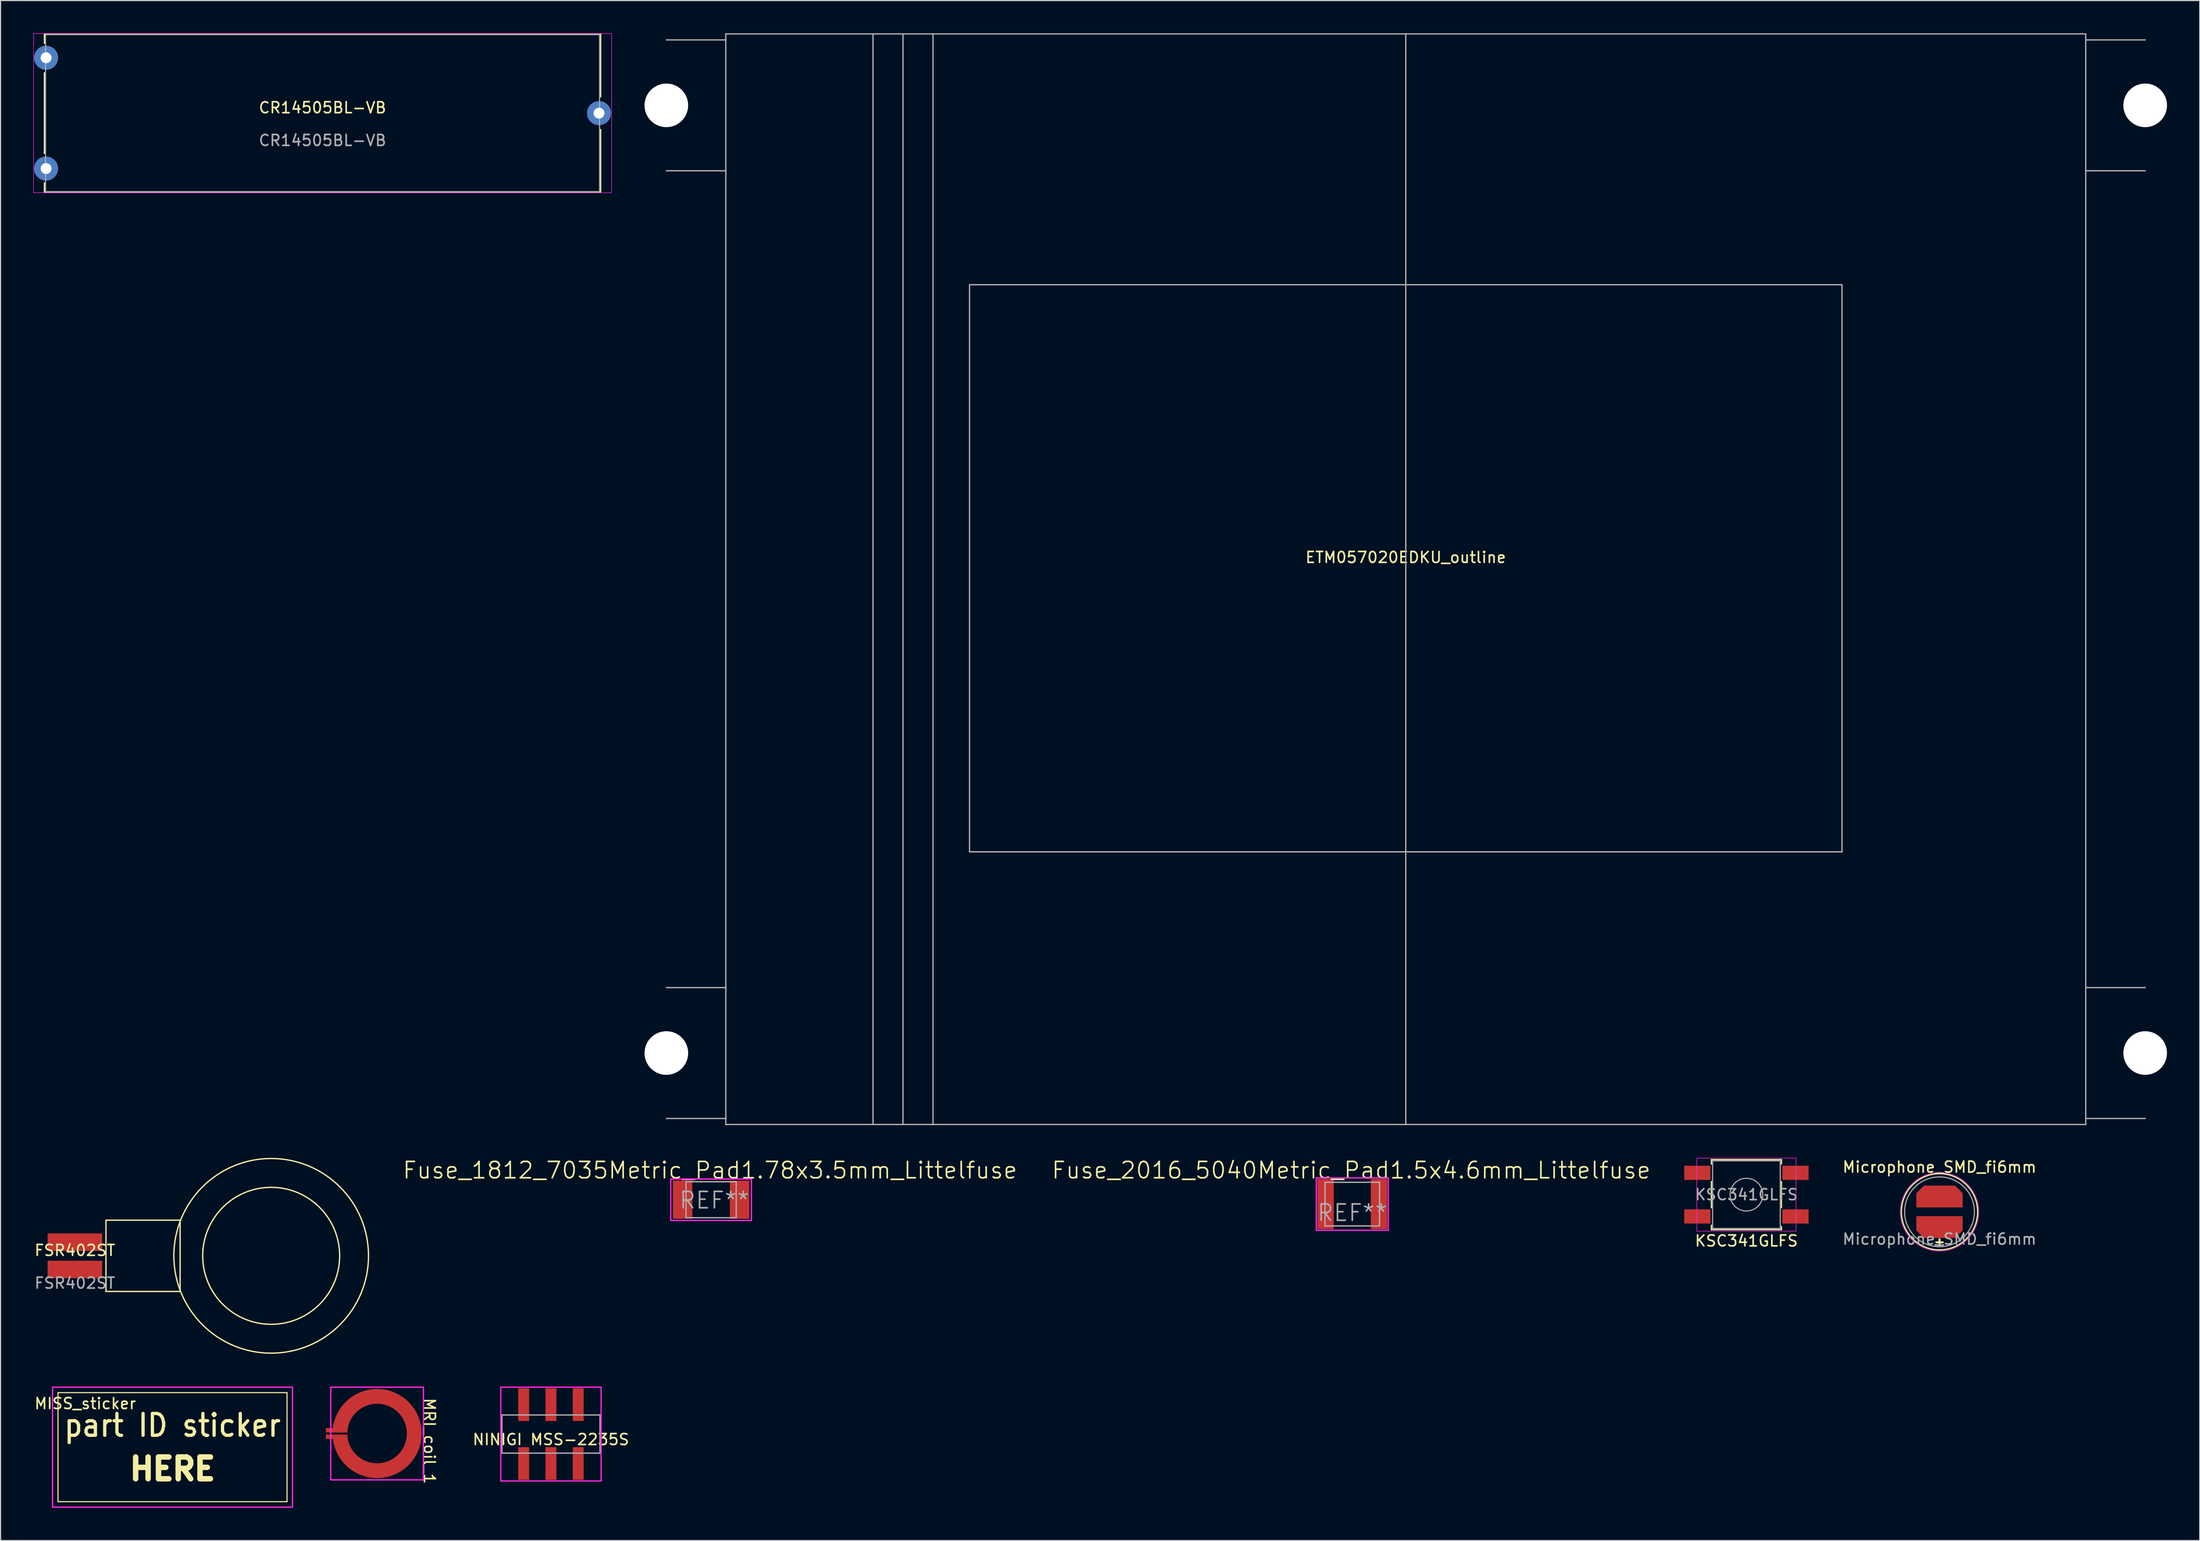
<source format=kicad_pcb>
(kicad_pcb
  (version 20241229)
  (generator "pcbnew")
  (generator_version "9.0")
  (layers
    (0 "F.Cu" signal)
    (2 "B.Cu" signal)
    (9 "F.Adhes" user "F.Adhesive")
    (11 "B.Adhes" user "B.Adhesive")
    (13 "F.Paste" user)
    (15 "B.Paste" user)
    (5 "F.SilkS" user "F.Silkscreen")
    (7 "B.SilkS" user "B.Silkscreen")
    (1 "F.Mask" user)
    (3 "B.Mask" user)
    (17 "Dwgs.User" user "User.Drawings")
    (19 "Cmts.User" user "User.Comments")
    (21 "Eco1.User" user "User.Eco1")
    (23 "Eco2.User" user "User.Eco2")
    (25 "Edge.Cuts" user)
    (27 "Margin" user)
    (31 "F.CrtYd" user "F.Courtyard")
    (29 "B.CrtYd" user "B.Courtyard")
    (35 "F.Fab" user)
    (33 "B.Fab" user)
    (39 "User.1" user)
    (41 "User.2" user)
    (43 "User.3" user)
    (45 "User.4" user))
  (footprint "Fuse_2016_5040Metric_Pad1.5x4.6mm_Littelfuse"
    (layer "F.Cu")
    (at 120.947 107.361)
    (property "Reference" "Fuse_2016_5040Metric_Pad1.5x4.6mm_Littelfuse" (at -0.1 -3.1 0) (layer "F.SilkS") (effects (font (size 1.5 1.5) (thickness 0.15))))
    (attr through_hole)
    (fp_line (start -3.3 -2.4) (end 3.3 -2.4) (stroke (width 0.12) (type solid)) (layer "F.CrtYd"))
    (fp_line (start -3.3 2.4) (end -3.3 -2.4) (stroke (width 0.12) (type solid)) (layer "F.CrtYd"))
    (fp_line (start 3.3 -2.4) (end 3.3 2.4) (stroke (width 0.12) (type solid)) (layer "F.CrtYd"))
    (fp_line (start 3.3 2.4) (end -3.3 2.4) (stroke (width 0.12) (type solid)) (layer "F.CrtYd"))
    (fp_line (start -2.5 -2) (end -2.5 2) (stroke (width 0.12) (type solid)) (layer "F.Fab"))
    (fp_line (start -2.5 -2) (end 2.5 -2) (stroke (width 0.12) (type solid)) (layer "F.Fab"))
    (fp_line (start -2.5 2) (end 2.5 2) (stroke (width 0.12) (type solid)) (layer "F.Fab"))
    (fp_line (start 2.5 2) (end 2.5 -2) (stroke (width 0.12) (type solid)) (layer "F.Fab"))
    (fp_text user "REF**" (at 0 0.8 0) (layer "F.Fab") (effects (font (size 1.5 1.5) (thickness 0.15))))
    (pad "1" smd rect (at -2.45 0) (size 1.5 4.6) (layers "F.Cu" "F.Mask" "F.Paste"))
    (pad "2" smd rect (at 2.45 0) (size 1.5 4.6) (layers "F.Cu" "F.Mask" "F.Paste")))
  (footprint "KSC341GLFS"
    (layer "F.Cu")
    (at 157.086 106.495)
    (property "Reference" "KSC341GLFS" (at 0 4.24 180) (layer "F.SilkS") (effects (font (size 1 1) (thickness 0.15))))
    (attr smd)
    (fp_line (start -3.21 -3.21) (end -3.21 -2.8) (stroke (width 0.12) (type solid)) (layer "F.SilkS"))
    (fp_line (start -3.21 -1.2) (end -3.21 1.2) (stroke (width 0.12) (type solid)) (layer "F.SilkS"))
    (fp_line (start -3.21 2.8) (end -3.21 3.21) (stroke (width 0.12) (type solid)) (layer "F.SilkS"))
    (fp_line (start -3.21 3.21) (end 3.21 3.21) (stroke (width 0.12) (type solid)) (layer "F.SilkS"))
    (fp_line (start 3.21 -3.21) (end -3.21 -3.21) (stroke (width 0.12) (type solid)) (layer "F.SilkS"))
    (fp_line (start 3.21 -2.8) (end 3.21 -3.21) (stroke (width 0.12) (type solid)) (layer "F.SilkS"))
    (fp_line (start 3.21 1.2) (end 3.21 -1.2) (stroke (width 0.12) (type solid)) (layer "F.SilkS"))
    (fp_line (start 3.21 3.21) (end 3.21 2.93) (stroke (width 0.12) (type solid)) (layer "F.SilkS"))
    (fp_line (start -4.55 -3.35) (end 4.55 -3.35) (stroke (width 0.05) (type solid)) (layer "F.CrtYd"))
    (fp_line (start -4.55 3.35) (end -4.55 -3.35) (stroke (width 0.05) (type solid)) (layer "F.CrtYd"))
    (fp_line (start 4.55 -3.35) (end 4.55 3.35) (stroke (width 0.05) (type solid)) (layer "F.CrtYd"))
    (fp_line (start 4.55 3.35) (end -4.55 3.35) (stroke (width 0.05) (type solid)) (layer "F.CrtYd"))
    (fp_line (start -3.1 -3.1) (end 3.1 -3.1) (stroke (width 0.1) (type solid)) (layer "F.Fab"))
    (fp_line (start -3.1 3.1) (end -3.1 -3.1) (stroke (width 0.1) (type solid)) (layer "F.Fab"))
    (fp_line (start 3.1 -3.1) (end 3.1 3.1) (stroke (width 0.1) (type solid)) (layer "F.Fab"))
    (fp_line (start 3.1 3.1) (end -3.1 3.1) (stroke (width 0.1) (type solid)) (layer "F.Fab"))
    (fp_circle (center 0 0) (end 1.5 0) (stroke (width 0.1) (type solid)) (fill no) (layer "F.Fab"))
    (fp_text user "${REFERENCE}" (at 0 0 180) (layer "F.Fab") (effects (font (size 1 1) (thickness 0.15))))
    (pad "1" smd rect (at -4.5 -2) (size 2.4 1.3) (layers "F.Cu" "F.Mask" "F.Paste"))
    (pad "1" smd rect (at 4.5 -2) (size 2.4 1.3) (layers "F.Cu" "F.Mask" "F.Paste"))
    (pad "2" smd rect (at -4.5 2) (size 2.4 1.3) (layers "F.Cu" "F.Mask" "F.Paste"))
    (pad "2" smd rect (at 4.5 2) (size 2.4 1.3) (layers "F.Cu" "F.Mask" "F.Paste")))
  (footprint "NINIGI MSS-2235S"
    (layer "F.Cu")
    (at 47.468 128.45)
    (property "Reference" "NINIGI MSS-2235S" (at 0 0.5 0) (layer "F.SilkS") (effects (font (size 1 1) (thickness 0.15))))
    (attr through_hole)
    (fp_line (start -4.6 -4.3) (end -4.6 4.3) (stroke (width 0.12) (type solid)) (layer "F.CrtYd"))
    (fp_line (start -4.6 4.3) (end 4.6 4.3) (stroke (width 0.12) (type solid)) (layer "F.CrtYd"))
    (fp_line (start 4.6 -4.3) (end -4.6 -4.3) (stroke (width 0.12) (type solid)) (layer "F.CrtYd"))
    (fp_line (start 4.6 4.3) (end 4.6 -4.3) (stroke (width 0.12) (type solid)) (layer "F.CrtYd"))
    (fp_line (start -4.5 -1.75) (end -4.5 1.75) (stroke (width 0.12) (type solid)) (layer "F.Fab"))
    (fp_line (start -4.5 1.75) (end 4.5 1.75) (stroke (width 0.12) (type solid)) (layer "F.Fab"))
    (fp_line (start 4.5 -1.75) (end -4.5 -1.75) (stroke (width 0.12) (type solid)) (layer "F.Fab"))
    (fp_line (start 4.5 1.75) (end 4.5 -1.75) (stroke (width 0.12) (type solid)) (layer "F.Fab"))
    (pad "1" smd trapezoid (at -2.5 2.7) (size 1 3) (layers "F.Cu" "F.Mask" "F.Paste"))
    (pad "2" smd trapezoid (at 0 2.7) (size 1 3) (layers "F.Cu" "F.Mask" "F.Paste"))
    (pad "3" smd trapezoid (at 2.5 2.7) (size 1 3) (layers "F.Cu" "F.Mask" "F.Paste"))
    (pad "4" smd trapezoid (at -2.5 -2.7) (size 1 3) (layers "F.Cu" "F.Mask" "F.Paste"))
    (pad "5" smd trapezoid (at 0 -2.7) (size 1 3) (layers "F.Cu" "F.Mask" "F.Paste"))
    (pad "6" smd trapezoid (at 2.5 -2.7) (size 1 3) (layers "F.Cu" "F.Mask" "F.Paste")))
  (footprint "CR14505BL-VB"
    (layer "F.Cu")
    (at 26.525 7.325)
    (property "Reference" "CR14505BL-VB" (at 0 -0.5 0) (unlocked yes) (layer "F.SilkS") (effects (font (size 1 1) (thickness 0.15))))
    (attr through_hole)
    (fp_line (start -25.5 -7.25) (end -25.5 -6.4) (stroke (width 0.12) (type solid)) (layer "F.SilkS"))
    (fp_line (start -25.5 -7.25) (end 25.5 -7.25) (stroke (width 0.12) (type solid)) (layer "F.SilkS"))
    (fp_line (start -25.5 -3.7) (end -25.5 3.7) (stroke (width 0.12) (type solid)) (layer "F.SilkS"))
    (fp_line (start -25.5 7.25) (end -25.5 6.4) (stroke (width 0.12) (type solid)) (layer "F.SilkS"))
    (fp_line (start -25.5 7.25) (end 25.5 7.25) (stroke (width 0.12) (type solid)) (layer "F.SilkS"))
    (fp_line (start 25.5 -7.25) (end 25.5 -1.5) (stroke (width 0.12) (type solid)) (layer "F.SilkS"))
    (fp_line (start 25.5 7.25) (end 25.5 1.5) (stroke (width 0.12) (type solid)) (layer "F.SilkS"))
    (fp_rect (start 26.5 7.3) (end -26.5 -7.3) (stroke (width 0.05) (type solid)) (fill no) (layer "F.CrtYd"))
    (fp_rect (start 25.4 7.2) (end -25.4 -7.2) (stroke (width 0.1) (type solid)) (fill no) (layer "F.Fab"))
    (fp_text user "${REFERENCE}" (at 0 2.5 0) (unlocked yes) (layer "F.Fab") (effects (font (size 1 1) (thickness 0.15))))
    (pad "1" thru_hole circle (at -25.35 -5.08) (size 2.2 2.2) (drill 1) (layers "*.Cu" "*.Mask"))
    (pad "1" thru_hole circle (at -25.35 5.08) (size 2.2 2.2) (drill 1) (layers "*.Cu" "*.Mask"))
    (pad "2" thru_hole circle (at 25.35 0) (size 2.2 2.2) (drill 1) (layers "*.Cu" "*.Mask")))
  (footprint "FSR402ST"
    (layer "F.Cu")
    (at 3.815 112.105)
    (property "Reference" "FSR402ST" (at 0 -0.5 0) (unlocked yes) (layer "F.SilkS") (effects (font (size 1 1) (thickness 0.15))))
    (attr smd)
    (fp_line (start 2.85 -3.267) (end 2.85 3.267) (stroke (width 0.12) (type solid)) (layer "F.SilkS"))
    (fp_line (start 2.85 3.267) (end 9.65 3.267) (stroke (width 0.12) (type solid)) (layer "F.SilkS"))
    (fp_line (start 9.65 -3.267) (end 2.85 -3.267) (stroke (width 0.12) (type solid)) (layer "F.SilkS"))
    (fp_line (start 9.65 3.267) (end 9.65 -3.267) (stroke (width 0.12) (type solid)) (layer "F.SilkS"))
    (fp_circle (center 18 0) (end 24.28 0) (stroke (width 0.12) (type solid)) (fill no) (layer "F.SilkS"))
    (fp_circle (center 18 0) (end 26.925 0) (stroke (width 0.12) (type solid)) (fill no) (layer "F.SilkS"))
    (fp_text user "${REFERENCE}" (at 0 2.5 0) (unlocked yes) (layer "F.Fab") (effects (font (size 1 1) (thickness 0.15))))
    (pad "1" smd rect (at 0 1.25) (size 5 1.6) (layers "F.Cu" "F.Mask" "F.Paste"))
    (pad "2" smd rect (at 0 -1.25) (size 5 1.6) (layers "F.Cu" "F.Mask" "F.Paste")))
  (footprint "MRI_coil_1"
    (layer "F.Cu")
    (at 31.528 128.4)
    (property "Reference" "MRI_coil_1" (at 4.8 0.68 270) (unlocked yes) (layer "F.SilkS") (effects (font (size 1 1) (thickness 0.15))))
    (attr smd)
    (fp_line (start -4.08 -0.1) (end -2.73 -0.1) (stroke (width 0.01) (type solid)) (layer "F.Cu"))
    (fp_line (start -2.73 0.1) (end -4.08 0.1) (stroke (width 0.01) (type solid)) (layer "F.Cu"))
    (fp_arc (start -4.080014 -0.099426) (mid 4.081225 -0.000287) (end -4.08 0.1) (stroke (width 0.01) (type solid)) (layer "F.Cu"))
    (fp_arc (start -3.320205 -0.769117) (mid 3.408123 -0.000453) (end -3.32 0.77) (stroke (width 1.345) (type solid)) (layer "F.Cu"))
    (fp_arc (start -2.729992 -0.100209) (mid 2.731831 0.000105) (end -2.73 0.1) (stroke (width 0.01) (type solid)) (layer "F.Cu"))
    (fp_poly (pts (xy -4.08 -0.1) (xy -4.07 -0.31) (xy -4.05 -0.5) (xy -4.03 -0.63) (xy -3.98 -0.9) (xy -2.67 -0.59) (xy -2.71 -0.37) (xy -2.73 -0.22) (xy -2.73 -0.1) (xy -3.32 -0.1)) (stroke (width 0.01) (type solid)) (fill yes) (layer "F.Cu"))
    (fp_poly (pts (xy -4.07 0.1) (xy -2.73 0.1) (xy -2.72 0.28) (xy -2.7 0.42) (xy -2.68 0.53) (xy -2.67 0.59) (xy -3.98 0.9) (xy -4.03 0.6) (xy -4.06 0.4) (xy -4.07 0.25) (xy -4.08 0.1)) (stroke (width 0.01) (type solid)) (fill yes) (layer "F.Cu"))
    (fp_line (start -2.7 0) (end 2.7 0) (stroke (width 0.12) (type solid)) (layer "Eco2.User"))
    (fp_line (start 0 2.7) (end 0 -2.7) (stroke (width 0.12) (type solid)) (layer "Eco2.User"))
    (fp_arc (start -2.729996 -0.004765) (mid 2.729999 0.002383) (end -2.73 0) (stroke (width 0.1) (type solid)) (layer "Eco2.User"))
    (fp_line (start -4.25 -4.25) (end -4.25 4.25) (stroke (width 0.12) (type solid)) (layer "F.CrtYd"))
    (fp_line (start -4.25 4.25) (end 4.25 4.25) (stroke (width 0.12) (type solid)) (layer "F.CrtYd"))
    (fp_line (start 4.25 -4.25) (end -4.25 -4.25) (stroke (width 0.12) (type solid)) (layer "F.CrtYd"))
    (fp_line (start 4.25 4.25) (end 4.25 -4.25) (stroke (width 0.12) (type solid)) (layer "F.CrtYd"))
    (pad "1" smd rect (at -4.35 -0.3 180) (size 0.7 0.4) (layers "F.Cu" "F.Mask" "F.Paste"))
    (pad "2" smd rect (at -4.35 0.3 180) (size 0.7 0.4) (layers "F.Cu" "F.Mask" "F.Paste")))
  (footprint "Microphone_SMD_fi6mm"
    (layer "F.Cu")
    (at 174.792 108.068)
    (property "Reference" "Microphone_SMD_fi6mm" (at 0 -4.1 0) (unlocked yes) (layer "F.SilkS") (effects (font (size 1 1) (thickness 0.15))))
    (attr smd)
    (fp_line (start 0 3.1) (end 0 2.5) (stroke (width 0.175) (type solid)) (layer "F.SilkS"))
    (fp_line (start 0.3 2.8) (end -0.3 2.8) (stroke (width 0.175) (type solid)) (layer "F.SilkS"))
    (fp_circle (center 0 0) (end 3.5 0) (stroke (width 0.12) (type solid)) (fill no) (layer "F.SilkS"))
    (fp_circle (center 0 0) (end 3.6 -0.2) (stroke (width 0.05) (type solid)) (fill no) (layer "F.CrtYd"))
    (fp_circle (center 0 0) (end 3.2 0) (stroke (width 0.1) (type solid)) (fill no) (layer "F.Fab"))
    (fp_text user "${REFERENCE}" (at 0 2.5 0) (unlocked yes) (layer "F.Fab") (effects (font (size 1 1) (thickness 0.15))))
    (pad "1" smd roundrect (at 0 -1.4) (size 4.25 2) (layers "F.Cu" "F.Mask" "F.Paste") (roundrect_rratio 0) (chamfer_ratio 0.35) (chamfer top_left top_right))
    (pad "2" smd roundrect (at 0 1.4) (size 4.25 2) (layers "F.Cu" "F.Mask" "F.Paste") (roundrect_rratio 0) (chamfer_ratio 0.35) (chamfer bottom_left bottom_right)))
  (footprint "Fuse_1812_7035Metric_Pad1.78x3.5mm_Littelfuse"
    (layer "F.Cu")
    (at 62.154 106.961)
    (property "Reference" "Fuse_1812_7035Metric_Pad1.78x3.5mm_Littelfuse" (at -0.1 -2.7 0) (layer "F.SilkS") (effects (font (size 1.5 1.5) (thickness 0.15))))
    (attr through_hole)
    (fp_line (start -3.7 -1.9) (end 3.7 -1.9) (stroke (width 0.12) (type solid)) (layer "F.CrtYd"))
    (fp_line (start -3.7 1.9) (end -3.7 -1.9) (stroke (width 0.12) (type solid)) (layer "F.CrtYd"))
    (fp_line (start 3.7 -1.9) (end 3.7 1.9) (stroke (width 0.12) (type solid)) (layer "F.CrtYd"))
    (fp_line (start 3.7 1.9) (end -3.7 1.9) (stroke (width 0.12) (type solid)) (layer "F.CrtYd"))
    (fp_line (start -2.3 -1.65) (end -2.3 1.65) (stroke (width 0.12) (type solid)) (layer "F.Fab"))
    (fp_line (start -2.3 -1.65) (end 2.3 -1.65) (stroke (width 0.12) (type solid)) (layer "F.Fab"))
    (fp_line (start -2.3 1.65) (end 2.3 1.65) (stroke (width 0.12) (type solid)) (layer "F.Fab"))
    (fp_line (start 2.3 1.65) (end 2.3 -1.65) (stroke (width 0.12) (type solid)) (layer "F.Fab"))
    (fp_text user "REF**" (at 0.3 0.05 0) (layer "F.Fab") (effects (font (size 1.5 1.5) (thickness 0.15))))
    (pad "1" smd rect (at -2.61 0) (size 1.78 3.5) (layers "F.Cu" "F.Mask" "F.Paste"))
    (pad "2" smd rect (at 2.61 0) (size 1.78 3.5) (layers "F.Cu" "F.Mask" "F.Paste")))
  (footprint "ETM057020EDKU_outline"
    (layer "F.Cu")
    (at 125.85 50.06)
    (property "Reference" "ETM057020EDKU_outline" (at 0 -2 0) (layer "F.SilkS") (effects (font (size 1 1) (thickness 0.15))))
    (attr through_hole)
    (fp_line (start -67.8 -49.45) (end -62.35 -49.45) (stroke (width 0.12) (type solid)) (layer "F.Fab"))
    (fp_line (start -67.8 -37.45) (end -62.35 -37.45) (stroke (width 0.12) (type solid)) (layer "F.Fab"))
    (fp_line (start -67.8 37.45) (end -62.35 37.45) (stroke (width 0.12) (type solid)) (layer "F.Fab"))
    (fp_line (start -67.8 49.45) (end -62.35 49.45) (stroke (width 0.12) (type solid)) (layer "F.Fab"))
    (fp_line (start -62.35 -50) (end -62.35 50) (stroke (width 0.12) (type solid)) (layer "F.Fab"))
    (fp_line (start -62.35 -50) (end 62.35 -50) (stroke (width 0.12) (type solid)) (layer "F.Fab"))
    (fp_line (start -62.35 50) (end 62.35 50) (stroke (width 0.12) (type solid)) (layer "F.Fab"))
    (fp_line (start -48.85 -50) (end -48.85 50) (stroke (width 0.12) (type solid)) (layer "F.Fab"))
    (fp_line (start -46.1 -50) (end -46.1 50) (stroke (width 0.12) (type solid)) (layer "F.Fab"))
    (fp_line (start -43.35 -50) (end -43.35 50) (stroke (width 0.12) (type solid)) (layer "F.Fab"))
    (fp_line (start -40 -27) (end -40 25) (stroke (width 0.12) (type solid)) (layer "F.Fab"))
    (fp_line (start -40 -27) (end 40 -27) (stroke (width 0.12) (type solid)) (layer "F.Fab"))
    (fp_line (start -40 25) (end 40 25) (stroke (width 0.12) (type solid)) (layer "F.Fab"))
    (fp_line (start 0 -50) (end 0 50) (stroke (width 0.12) (type solid)) (layer "F.Fab"))
    (fp_line (start 40 25) (end 40 -27) (stroke (width 0.12) (type solid)) (layer "F.Fab"))
    (fp_line (start 62.35 50) (end 62.35 -50) (stroke (width 0.12) (type solid)) (layer "F.Fab"))
    (fp_line (start 67.8 -49.45) (end 62.35 -49.45) (stroke (width 0.12) (type solid)) (layer "F.Fab"))
    (fp_line (start 67.8 -37.45) (end 62.35 -37.45) (stroke (width 0.12) (type solid)) (layer "F.Fab"))
    (fp_line (start 67.8 37.45) (end 62.35 37.45) (stroke (width 0.12) (type solid)) (layer "F.Fab"))
    (fp_line (start 67.8 49.45) (end 62.35 49.45) (stroke (width 0.12) (type solid)) (layer "F.Fab"))
    (pad "" np_thru_hole circle (at -67.8 -43.45) (size 4 4) (drill 4) (layers "*.Cu" "*.Mask"))
    (pad "" np_thru_hole circle (at -67.8 43.45) (size 4 4) (drill 4) (layers "*.Cu" "*.Mask"))
    (pad "" np_thru_hole circle (at 67.8 -43.45) (size 4 4) (drill 4) (layers "*.Cu" "*.Mask"))
    (pad "" np_thru_hole circle (at 67.8 43.45) (size 4 4) (drill 4) (layers "*.Cu" "*.Mask")))
  (footprint "MISS_sticker"
    (layer "F.Cu")
    (at 12.768 129.65)
    (property "Reference" "MISS_sticker" (at -8 -4 0) (layer "F.SilkS") (effects (font (size 1 1) (thickness 0.15))))
    (attr through_hole)
    (fp_line (start -10.5 -5) (end 10.5 -5) (stroke (width 0.1) (type solid)) (layer "F.SilkS"))
    (fp_line (start -10.5 5) (end -10.5 -5) (stroke (width 0.1) (type solid)) (layer "F.SilkS"))
    (fp_line (start -10.5 5) (end 10.5 5) (stroke (width 0.1) (type solid)) (layer "F.SilkS"))
    (fp_line (start 10.5 5) (end 10.5 -5) (stroke (width 0.1) (type solid)) (layer "F.SilkS"))
    (fp_line (start -11 -5.5) (end -11 5.5) (stroke (width 0.12) (type solid)) (layer "F.CrtYd"))
    (fp_line (start -11 5.5) (end 11 5.5) (stroke (width 0.12) (type solid)) (layer "F.CrtYd"))
    (fp_line (start 11 -5.5) (end -11 -5.5) (stroke (width 0.12) (type solid)) (layer "F.CrtYd"))
    (fp_line (start 11 5.5) (end 11 -5.5) (stroke (width 0.12) (type solid)) (layer "F.CrtYd"))
    (fp_text user "HERE" (at 0 2 0) (layer "F.SilkS") (effects (font (size 2 2) (thickness 0.5))))
    (fp_text user "part ID sticker" (at 0 -2 0) (layer "F.SilkS") (effects (font (size 2 1.8) (thickness 0.3)))))
  (gr_rect
    (start -3 -3)
    (end 198.65 138.21)
    (stroke (width 0.1) (type default))
    (fill no)
    (layer "Edge.Cuts")))
</source>
